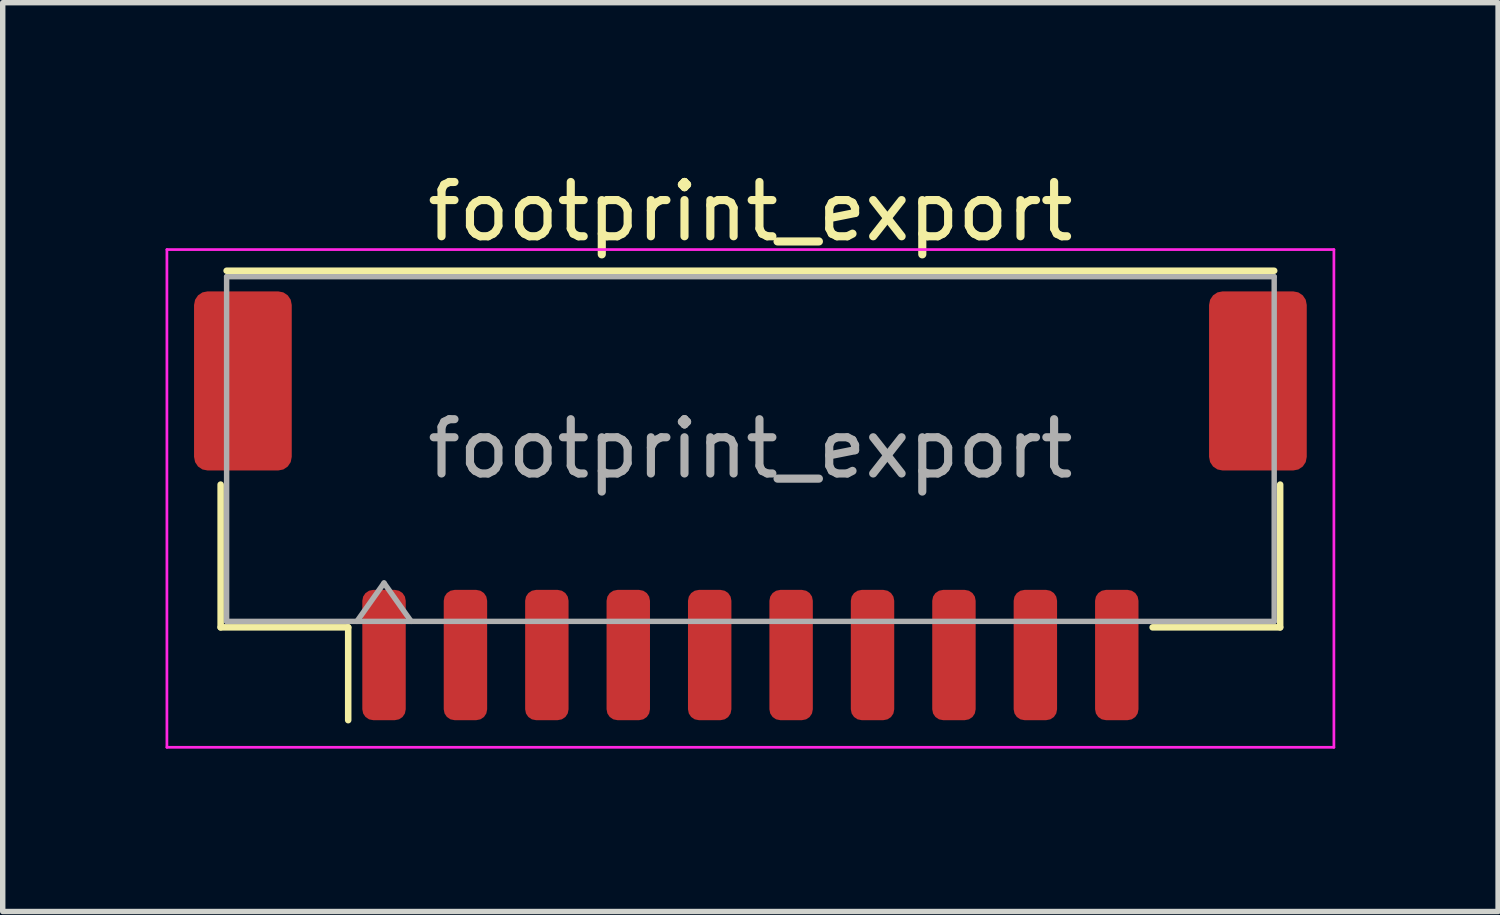
<source format=kicad_pcb>
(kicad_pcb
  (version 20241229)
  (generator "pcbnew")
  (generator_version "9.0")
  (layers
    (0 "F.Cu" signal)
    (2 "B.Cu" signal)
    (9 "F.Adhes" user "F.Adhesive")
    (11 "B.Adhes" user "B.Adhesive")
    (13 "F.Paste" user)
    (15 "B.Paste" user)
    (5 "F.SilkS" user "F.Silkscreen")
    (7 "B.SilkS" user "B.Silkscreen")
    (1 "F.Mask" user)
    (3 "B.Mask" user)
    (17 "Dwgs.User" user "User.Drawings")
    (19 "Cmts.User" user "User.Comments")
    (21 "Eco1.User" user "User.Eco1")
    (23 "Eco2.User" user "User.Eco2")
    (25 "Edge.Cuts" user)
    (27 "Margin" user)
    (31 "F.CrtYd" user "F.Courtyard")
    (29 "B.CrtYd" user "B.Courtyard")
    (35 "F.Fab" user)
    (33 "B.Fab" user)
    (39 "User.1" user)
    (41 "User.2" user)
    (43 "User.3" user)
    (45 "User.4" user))
  (footprint "footprint_export"
    (layer "F.Cu")
    (at 10.775 6.268)
    (property "Reference" "footprint_export" (at 0 -5.42 0) (layer "F.SilkS") (effects (font (size 1 1) (thickness 0.15))))
    (attr smd)
    (fp_line (start -9.76 -0.39) (end -9.76 2.24) (stroke (width 0.12) (type solid)) (layer "F.SilkS"))
    (fp_line (start -9.76 2.24) (end -7.41 2.24) (stroke (width 0.12) (type solid)) (layer "F.SilkS"))
    (fp_line (start -9.65 -4.33) (end 9.65 -4.33) (stroke (width 0.12) (type solid)) (layer "F.SilkS"))
    (fp_line (start -7.41 2.24) (end -7.41 3.95) (stroke (width 0.12) (type solid)) (layer "F.SilkS"))
    (fp_line (start 9.76 -0.39) (end 9.76 2.24) (stroke (width 0.12) (type solid)) (layer "F.SilkS"))
    (fp_line (start 9.76 2.24) (end 7.41 2.24) (stroke (width 0.12) (type solid)) (layer "F.SilkS"))
    (fp_line (start -10.75 -4.72) (end -10.75 4.45) (stroke (width 0.05) (type solid)) (layer "F.CrtYd"))
    (fp_line (start -10.75 4.45) (end 10.75 4.45) (stroke (width 0.05) (type solid)) (layer "F.CrtYd"))
    (fp_line (start 10.75 -4.72) (end -10.75 -4.72) (stroke (width 0.05) (type solid)) (layer "F.CrtYd"))
    (fp_line (start 10.75 4.45) (end 10.75 -4.72) (stroke (width 0.05) (type solid)) (layer "F.CrtYd"))
    (fp_line (start -9.65 -4.22) (end 9.65 -4.22) (stroke (width 0.1) (type solid)) (layer "F.Fab"))
    (fp_line (start -9.65 2.13) (end -9.65 -4.22) (stroke (width 0.1) (type solid)) (layer "F.Fab"))
    (fp_line (start -9.65 2.13) (end 9.65 2.13) (stroke (width 0.1) (type solid)) (layer "F.Fab"))
    (fp_line (start -7.25 2.13) (end -6.75 1.423) (stroke (width 0.1) (type solid)) (layer "F.Fab"))
    (fp_line (start -6.75 1.423) (end -6.25 2.13) (stroke (width 0.1) (type solid)) (layer "F.Fab"))
    (fp_line (start 9.65 2.13) (end 9.65 -4.22) (stroke (width 0.1) (type solid)) (layer "F.Fab"))
    (fp_text user "${REFERENCE}" (at 0 -1.05 0) (layer "F.Fab") (effects (font (size 1 1) (thickness 0.15))))
    (pad "1" smd roundrect (at -6.75 2.75) (size 0.8 2.4) (layers "F.Cu" "F.Mask" "F.Paste") (roundrect_rratio 0.25))
    (pad "2" smd roundrect (at -5.25 2.75) (size 0.8 2.4) (layers "F.Cu" "F.Mask" "F.Paste") (roundrect_rratio 0.25))
    (pad "3" smd roundrect (at -3.75 2.75) (size 0.8 2.4) (layers "F.Cu" "F.Mask" "F.Paste") (roundrect_rratio 0.25))
    (pad "4" smd roundrect (at -2.25 2.75) (size 0.8 2.4) (layers "F.Cu" "F.Mask" "F.Paste") (roundrect_rratio 0.25))
    (pad "5" smd roundrect (at -0.75 2.75) (size 0.8 2.4) (layers "F.Cu" "F.Mask" "F.Paste") (roundrect_rratio 0.25))
    (pad "6" smd roundrect (at 0.75 2.75) (size 0.8 2.4) (layers "F.Cu" "F.Mask" "F.Paste") (roundrect_rratio 0.25))
    (pad "7" smd roundrect (at 2.25 2.75) (size 0.8 2.4) (layers "F.Cu" "F.Mask" "F.Paste") (roundrect_rratio 0.25))
    (pad "8" smd roundrect (at 3.75 2.75) (size 0.8 2.4) (layers "F.Cu" "F.Mask" "F.Paste") (roundrect_rratio 0.25))
    (pad "9" smd roundrect (at 5.25 2.75) (size 0.8 2.4) (layers "F.Cu" "F.Mask" "F.Paste") (roundrect_rratio 0.25))
    (pad "10" smd roundrect (at 6.75 2.75) (size 0.8 2.4) (layers "F.Cu" "F.Mask" "F.Paste") (roundrect_rratio 0.25))
    (pad "MP" smd roundrect (at -9.35 -2.3) (size 1.8 3.3) (layers "F.Cu" "F.Mask" "F.Paste") (roundrect_rratio 0.139))
    (pad "MP" smd roundrect (at 9.35 -2.3) (size 1.8 3.3) (layers "F.Cu" "F.Mask" "F.Paste") (roundrect_rratio 0.139)))
  (gr_rect
    (start -3 -3)
    (end 24.55 13.743)
    (stroke (width 0.1) (type default))
    (fill no)
    (layer "Edge.Cuts")))
</source>
